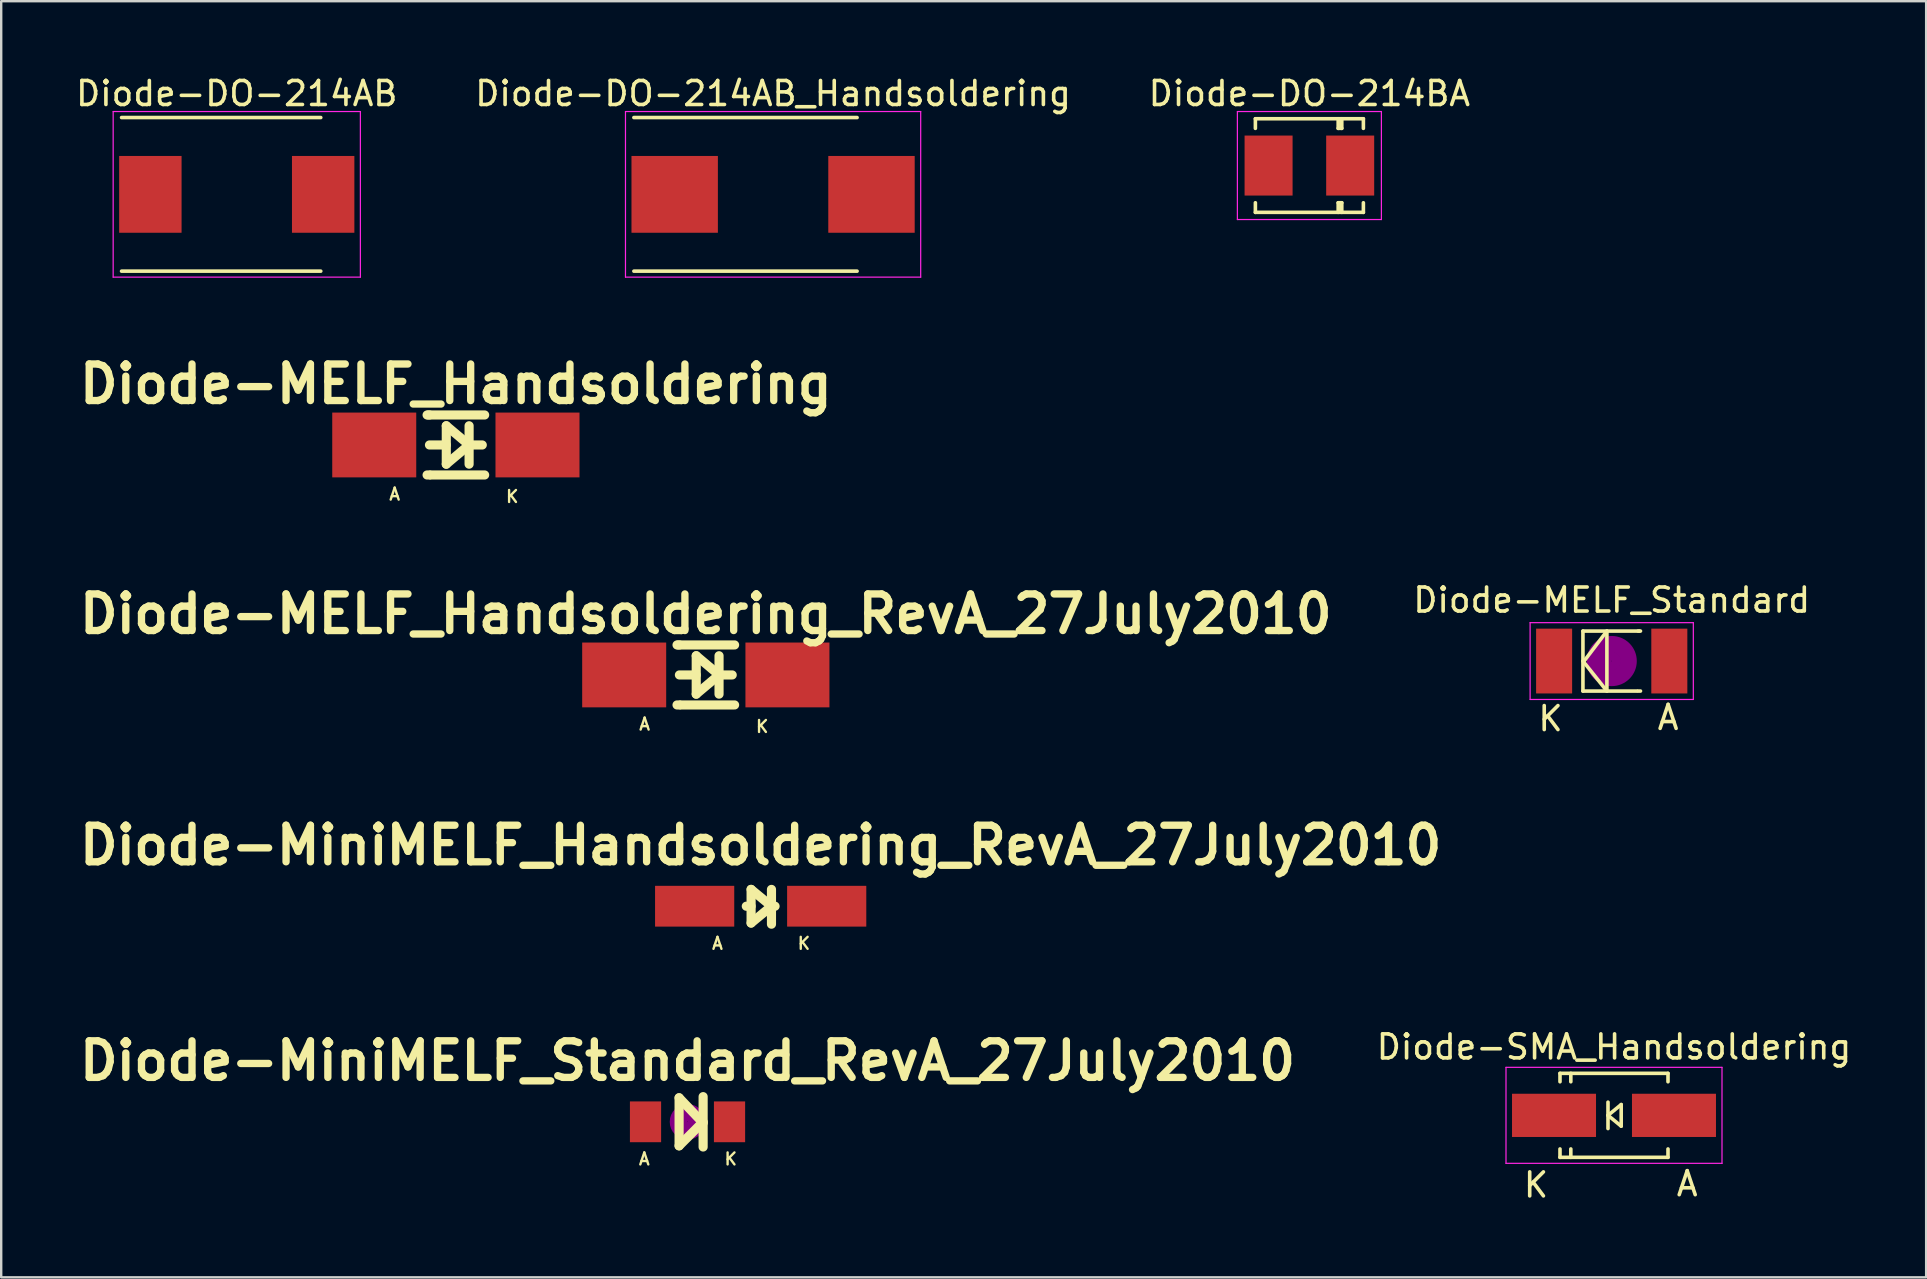
<source format=kicad_pcb>
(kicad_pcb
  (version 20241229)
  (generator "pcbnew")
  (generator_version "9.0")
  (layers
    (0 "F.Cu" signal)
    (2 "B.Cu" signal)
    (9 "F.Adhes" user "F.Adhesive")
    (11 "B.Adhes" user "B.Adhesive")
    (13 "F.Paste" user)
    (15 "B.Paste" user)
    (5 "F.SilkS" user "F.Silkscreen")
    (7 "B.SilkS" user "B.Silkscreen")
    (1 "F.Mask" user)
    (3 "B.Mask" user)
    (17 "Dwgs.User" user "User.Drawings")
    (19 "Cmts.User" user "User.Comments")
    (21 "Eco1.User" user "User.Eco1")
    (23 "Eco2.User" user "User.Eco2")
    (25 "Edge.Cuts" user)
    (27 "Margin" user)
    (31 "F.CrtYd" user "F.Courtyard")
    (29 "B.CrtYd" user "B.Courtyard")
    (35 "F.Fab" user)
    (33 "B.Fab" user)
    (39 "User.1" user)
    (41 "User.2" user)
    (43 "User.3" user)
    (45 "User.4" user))
  (footprint "Diode-DO-214AB"
    (layer "F.Cu")
    (at 6.815 5.048)
    (property "Reference" "Diode-DO-214AB" (at 0 -4.2 0) (layer "F.SilkS") (effects (font (size 1 1) (thickness 0.15))))
    (attr through_hole)
    (fp_line (start -4.8 -3.2) (end 3.5 -3.2) (stroke (width 0.15) (type solid)) (layer "F.SilkS"))
    (fp_line (start 3.5 3.2) (end -4.8 3.2) (stroke (width 0.15) (type solid)) (layer "F.SilkS"))
    (fp_line (start -5.15 -3.45) (end 5.15 -3.45) (stroke (width 0.05) (type solid)) (layer "F.CrtYd"))
    (fp_line (start -5.15 3.45) (end -5.15 -3.45) (stroke (width 0.05) (type solid)) (layer "F.CrtYd"))
    (fp_line (start 5.15 -3.45) (end 5.15 3.45) (stroke (width 0.05) (type solid)) (layer "F.CrtYd"))
    (fp_line (start 5.15 3.45) (end -5.15 3.45) (stroke (width 0.05) (type solid)) (layer "F.CrtYd"))
    (pad "1" smd rect (at -3.6 0) (size 2.6 3.2) (layers "F.Cu" "F.Mask" "F.Paste"))
    (pad "2" smd rect (at 3.6 0) (size 2.6 3.2) (layers "F.Cu" "F.Mask" "F.Paste")))
  (footprint "Diode-MELF_Standard"
    (layer "F.Cu")
    (at 64.103 24.493)
    (property "Reference" "Diode-MELF_Standard" (at 0 -2.54 0) (layer "F.SilkS") (effects (font (size 1 1) (thickness 0.15))))
    (attr smd)
    (fp_line (start -1.199 -1.25) (end -1.199 1.25) (stroke (width 0.15) (type solid)) (layer "F.SilkS"))
    (fp_line (start -1.199 -1.25) (end 1.151 -1.25) (stroke (width 0.15) (type solid)) (layer "F.SilkS"))
    (fp_line (start -1.199 1.25) (end 1.049 1.25) (stroke (width 0.15) (type solid)) (layer "F.SilkS"))
    (fp_line (start -1.151 0) (end -0.201 -1.25) (stroke (width 0.15) (type solid)) (layer "F.SilkS"))
    (fp_line (start -0.201 -1.25) (end -0.201 1.25) (stroke (width 0.15) (type solid)) (layer "F.SilkS"))
    (fp_line (start -0.201 1.25) (end -1.199 0) (stroke (width 0.15) (type solid)) (layer "F.SilkS"))
    (fp_line (start 1.1 -1.25) (end 1.199 -1.25) (stroke (width 0.15) (type solid)) (layer "F.SilkS"))
    (fp_line (start 1.1 1.25) (end 1.199 1.25) (stroke (width 0.15) (type solid)) (layer "F.SilkS"))
    (fp_circle (center 0 0) (end -0.8 0.3) (stroke (width 0.381) (type solid)) (fill no) (layer "F.Adhes"))
    (fp_circle (center 0 0) (end 0 0.201) (stroke (width 0.381) (type solid)) (fill no) (layer "F.Adhes"))
    (fp_circle (center 0 0) (end 0 0.551) (stroke (width 0.381) (type solid)) (fill no) (layer "F.Adhes"))
    (fp_line (start -3.4 -1.6) (end 3.4 -1.6) (stroke (width 0.05) (type solid)) (layer "F.CrtYd"))
    (fp_line (start -3.4 1.6) (end -3.4 -1.6) (stroke (width 0.05) (type solid)) (layer "F.CrtYd"))
    (fp_line (start 3.4 -1.6) (end 3.4 1.6) (stroke (width 0.05) (type solid)) (layer "F.CrtYd"))
    (fp_line (start 3.4 1.6) (end -3.4 1.6) (stroke (width 0.05) (type solid)) (layer "F.CrtYd"))
    (fp_text user "A" (at 2.35 2.35 0) (layer "F.SilkS") (effects (font (size 1 1) (thickness 0.15))))
    (fp_text user "K" (at -2.55 2.4 0) (layer "F.SilkS") (effects (font (size 1 1) (thickness 0.15))))
    (pad "1" smd rect (at -2.4 0) (size 1.501 2.7) (layers "F.Cu" "F.Mask" "F.Paste"))
    (pad "2" smd rect (at 2.4 0) (size 1.501 2.7) (layers "F.Cu" "F.Mask" "F.Paste")))
  (footprint "Diode-MELF_Handsoldering"
    (layer "F.Cu")
    (at 15.944 15.49)
    (property "Reference" "Diode-MELF_Handsoldering" (at 0 -2.54 0) (layer "F.SilkS") (effects (font (size 1.524 1.524) (thickness 0.305))))
    (attr smd)
    (fp_line (start -1.1 -1.25) (end -1.199 -1.25) (stroke (width 0.381) (type solid)) (layer "F.SilkS"))
    (fp_line (start -1.1 1.25) (end -1.199 1.25) (stroke (width 0.381) (type solid)) (layer "F.SilkS"))
    (fp_line (start -0.399 -0.8) (end -0.399 0.8) (stroke (width 0.381) (type solid)) (layer "F.SilkS"))
    (fp_line (start -0.399 0) (end -1.1 0) (stroke (width 0.381) (type solid)) (layer "F.SilkS"))
    (fp_line (start -0.399 0.8) (end 0.551 0) (stroke (width 0.381) (type solid)) (layer "F.SilkS"))
    (fp_line (start 0.551 0) (end -0.399 -0.8) (stroke (width 0.381) (type solid)) (layer "F.SilkS"))
    (fp_line (start 0.551 0) (end 0.551 -0.8) (stroke (width 0.381) (type solid)) (layer "F.SilkS"))
    (fp_line (start 0.551 0) (end 0.551 0.8) (stroke (width 0.381) (type solid)) (layer "F.SilkS"))
    (fp_line (start 0.551 0) (end 1.1 0) (stroke (width 0.381) (type solid)) (layer "F.SilkS"))
    (fp_line (start 1.199 -1.25) (end -1.151 -1.25) (stroke (width 0.381) (type solid)) (layer "F.SilkS"))
    (fp_line (start 1.199 1.25) (end -1.049 1.25) (stroke (width 0.381) (type solid)) (layer "F.SilkS"))
    (fp_text user "K" (at 2.349 2.149 0) (layer "F.SilkS") (effects (font (size 0.5 0.5) (thickness 0.099))))
    (fp_text user "A" (at -2.55 2.05 0) (layer "F.SilkS") (effects (font (size 0.5 0.5) (thickness 0.099))))
    (pad "1" smd rect (at -3.401 0) (size 3.5 2.7) (layers "F.Cu" "F.Mask" "F.Paste"))
    (pad "2" smd rect (at 3.401 0) (size 3.5 2.7) (layers "F.Cu" "F.Mask" "F.Paste")))
  (footprint "Diode-DO-214BA"
    (layer "F.Cu")
    (at 51.506 3.848)
    (property "Reference" "Diode-DO-214BA" (at 0 -3 0) (layer "F.SilkS") (effects (font (size 1 1) (thickness 0.15))))
    (attr through_hole)
    (fp_line (start -2.25 -1.95) (end -2.25 -1.55) (stroke (width 0.15) (type solid)) (layer "F.SilkS"))
    (fp_line (start -2.25 -1.95) (end 2.25 -1.95) (stroke (width 0.15) (type solid)) (layer "F.SilkS"))
    (fp_line (start -2.25 1.95) (end -2.25 1.55) (stroke (width 0.15) (type solid)) (layer "F.SilkS"))
    (fp_line (start 1.2 -1.95) (end 1.2 -1.55) (stroke (width 0.15) (type solid)) (layer "F.SilkS"))
    (fp_line (start 1.2 -1.55) (end 1.35 -1.55) (stroke (width 0.15) (type solid)) (layer "F.SilkS"))
    (fp_line (start 1.2 1.55) (end 1.35 1.55) (stroke (width 0.15) (type solid)) (layer "F.SilkS"))
    (fp_line (start 1.2 1.95) (end 1.2 1.55) (stroke (width 0.15) (type solid)) (layer "F.SilkS"))
    (fp_line (start 1.35 -1.55) (end 1.35 -1.95) (stroke (width 0.15) (type solid)) (layer "F.SilkS"))
    (fp_line (start 1.35 1.55) (end 1.35 1.95) (stroke (width 0.15) (type solid)) (layer "F.SilkS"))
    (fp_line (start 2.25 -1.95) (end 2.25 -1.55) (stroke (width 0.15) (type solid)) (layer "F.SilkS"))
    (fp_line (start 2.25 1.95) (end -2.25 1.95) (stroke (width 0.15) (type solid)) (layer "F.SilkS"))
    (fp_line (start 2.25 1.95) (end 2.25 1.55) (stroke (width 0.15) (type solid)) (layer "F.SilkS"))
    (fp_line (start -3 -2.25) (end 3 -2.25) (stroke (width 0.05) (type solid)) (layer "F.CrtYd"))
    (fp_line (start -3 2.25) (end -3 -2.25) (stroke (width 0.05) (type solid)) (layer "F.CrtYd"))
    (fp_line (start 3 -2.25) (end 3 2.25) (stroke (width 0.05) (type solid)) (layer "F.CrtYd"))
    (fp_line (start 3 2.25) (end -3 2.25) (stroke (width 0.05) (type solid)) (layer "F.CrtYd"))
    (pad "1" smd rect (at -1.7 0) (size 2 2.5) (layers "F.Cu" "F.Mask" "F.Paste"))
    (pad "2" smd rect (at 1.7 0) (size 2 2.5) (layers "F.Cu" "F.Mask" "F.Paste")))
  (footprint "Diode-DO-214AB_Handsoldering"
    (layer "F.Cu")
    (at 29.161 5.048)
    (property "Reference" "Diode-DO-214AB_Handsoldering" (at 0 -4.2 0) (layer "F.SilkS") (effects (font (size 1 1) (thickness 0.15))))
    (attr through_hole)
    (fp_line (start -5.8 -3.2) (end 3.5 -3.2) (stroke (width 0.15) (type solid)) (layer "F.SilkS"))
    (fp_line (start 3.5 3.2) (end -5.8 3.2) (stroke (width 0.15) (type solid)) (layer "F.SilkS"))
    (fp_line (start -6.15 -3.45) (end 6.15 -3.45) (stroke (width 0.05) (type solid)) (layer "F.CrtYd"))
    (fp_line (start -6.15 3.45) (end -6.15 -3.45) (stroke (width 0.05) (type solid)) (layer "F.CrtYd"))
    (fp_line (start 6.15 -3.45) (end 6.15 3.45) (stroke (width 0.05) (type solid)) (layer "F.CrtYd"))
    (fp_line (start 6.15 3.45) (end -6.15 3.45) (stroke (width 0.05) (type solid)) (layer "F.CrtYd"))
    (pad "1" smd rect (at -4.1 0) (size 3.6 3.2) (layers "F.Cu" "F.Mask" "F.Paste"))
    (pad "2" smd rect (at 4.1 0) (size 3.6 3.2) (layers "F.Cu" "F.Mask" "F.Paste")))
  (footprint "Diode-MiniMELF_Handsoldering_RevA_27July2010"
    (layer "F.Cu")
    (at 28.644 34.708)
    (property "Reference" "Diode-MiniMELF_Handsoldering_RevA_27July2010" (at 0 -2.54 0) (layer "F.SilkS") (effects (font (size 1.524 1.524) (thickness 0.305))))
    (attr smd)
    (fp_line (start -0.399 -0.701) (end -0.399 0.701) (stroke (width 0.381) (type solid)) (layer "F.SilkS"))
    (fp_line (start -0.399 0) (end -0.599 0) (stroke (width 0.381) (type solid)) (layer "F.SilkS"))
    (fp_line (start -0.399 0.701) (end 0.45 0) (stroke (width 0.381) (type solid)) (layer "F.SilkS"))
    (fp_line (start 0.45 0) (end -0.399 -0.701) (stroke (width 0.381) (type solid)) (layer "F.SilkS"))
    (fp_line (start 0.45 0) (end 0.45 -0.701) (stroke (width 0.381) (type solid)) (layer "F.SilkS"))
    (fp_line (start 0.45 0) (end 0.45 0.749) (stroke (width 0.381) (type solid)) (layer "F.SilkS"))
    (fp_line (start 0.45 0) (end 0.599 0) (stroke (width 0.381) (type solid)) (layer "F.SilkS"))
    (fp_text user "A" (at -1.801 1.549 0) (layer "F.SilkS") (effects (font (size 0.5 0.5) (thickness 0.099))))
    (fp_text user "K" (at 1.801 1.549 0) (layer "F.SilkS") (effects (font (size 0.5 0.5) (thickness 0.099))))
    (pad "1" smd rect (at -2.751 0) (size 3.299 1.699) (layers "F.Cu" "F.Mask" "F.Paste"))
    (pad "2" smd rect (at 2.751 0) (size 3.299 1.699) (layers "F.Cu" "F.Mask" "F.Paste")))
  (footprint "Diode-MiniMELF_Standard_RevA_27July2010"
    (layer "F.Cu")
    (at 25.596 43.691)
    (property "Reference" "Diode-MiniMELF_Standard_RevA_27July2010" (at 0 -2.54 0) (layer "F.SilkS") (effects (font (size 1.524 1.524) (thickness 0.305))))
    (attr smd)
    (fp_line (start -0.351 -1.001) (end -0.351 1.001) (stroke (width 0.381) (type solid)) (layer "F.SilkS"))
    (fp_line (start -0.351 1.001) (end 0.65 0) (stroke (width 0.381) (type solid)) (layer "F.SilkS"))
    (fp_line (start 0.65 -1.049) (end 0.65 1.049) (stroke (width 0.381) (type solid)) (layer "F.SilkS"))
    (fp_line (start 0.65 0.051) (end -0.351 -1.001) (stroke (width 0.381) (type solid)) (layer "F.SilkS"))
    (fp_circle (center 0 0) (end 0 0.201) (stroke (width 0.381) (type solid)) (fill no) (layer "F.Adhes"))
    (fp_circle (center 0 0) (end 0 0.551) (stroke (width 0.381) (type solid)) (fill no) (layer "F.Adhes"))
    (fp_text user "K" (at 1.801 1.549 0) (layer "F.SilkS") (effects (font (size 0.5 0.5) (thickness 0.099))))
    (fp_text user "A" (at -1.801 1.549 0) (layer "F.SilkS") (effects (font (size 0.5 0.5) (thickness 0.099))))
    (pad "1" smd rect (at -1.75 0) (size 1.3 1.699) (layers "F.Cu" "F.Mask" "F.Paste"))
    (pad "2" smd rect (at 1.75 0) (size 1.3 1.699) (layers "F.Cu" "F.Mask" "F.Paste")))
  (footprint "Diode-SMA_Handsoldering"
    (layer "F.Cu")
    (at 64.198 43.422)
    (property "Reference" "Diode-SMA_Handsoldering" (at 0 -2.85 0) (layer "F.SilkS") (effects (font (size 1 1) (thickness 0.15))))
    (attr smd)
    (fp_line (start -2.25 -1.75) (end -2.25 -1.4) (stroke (width 0.15) (type solid)) (layer "F.SilkS"))
    (fp_line (start -2.25 -1.75) (end 2.25 -1.75) (stroke (width 0.15) (type solid)) (layer "F.SilkS"))
    (fp_line (start -2.25 1.75) (end -2.25 1.4) (stroke (width 0.15) (type solid)) (layer "F.SilkS"))
    (fp_line (start -2.25 1.75) (end 2.25 1.75) (stroke (width 0.15) (type solid)) (layer "F.SilkS"))
    (fp_line (start -1.799 -1.75) (end -1.799 -1.4) (stroke (width 0.15) (type solid)) (layer "F.SilkS"))
    (fp_line (start -1.799 1.75) (end -1.799 1.4) (stroke (width 0.15) (type solid)) (layer "F.SilkS"))
    (fp_line (start -0.25 -0.55) (end -0.25 0.55) (stroke (width 0.15) (type solid)) (layer "F.SilkS"))
    (fp_line (start -0.25 0) (end 0.3 -0.45) (stroke (width 0.15) (type solid)) (layer "F.SilkS"))
    (fp_line (start 0.3 -0.45) (end 0.3 0.45) (stroke (width 0.15) (type solid)) (layer "F.SilkS"))
    (fp_line (start 0.3 0.45) (end -0.25 0) (stroke (width 0.15) (type solid)) (layer "F.SilkS"))
    (fp_line (start 2.25 -1.75) (end 2.25 -1.4) (stroke (width 0.15) (type solid)) (layer "F.SilkS"))
    (fp_line (start 2.25 1.75) (end 2.25 1.4) (stroke (width 0.15) (type solid)) (layer "F.SilkS"))
    (fp_line (start -4.5 -2) (end 4.5 -2) (stroke (width 0.05) (type solid)) (layer "F.CrtYd"))
    (fp_line (start -4.5 2) (end -4.5 -2) (stroke (width 0.05) (type solid)) (layer "F.CrtYd"))
    (fp_line (start 4.5 -2) (end 4.5 2) (stroke (width 0.05) (type solid)) (layer "F.CrtYd"))
    (fp_line (start 4.5 2) (end -4.5 2) (stroke (width 0.05) (type solid)) (layer "F.CrtYd"))
    (fp_text user "A" (at 3.05 2.85 0) (layer "F.SilkS") (effects (font (size 1 1) (thickness 0.15))))
    (fp_text user "K" (at -3.25 2.9 0) (layer "F.SilkS") (effects (font (size 1 1) (thickness 0.15))))
    (pad "1" smd rect (at -2.499 0) (size 3.5 1.801) (layers "F.Cu" "F.Mask" "F.Paste"))
    (pad "2" smd rect (at 2.499 0) (size 3.5 1.801) (layers "F.Cu" "F.Mask" "F.Paste")))
  (footprint "Diode-MELF_Handsoldering_RevA_27July2010"
    (layer "F.Cu")
    (at 26.358 25.072)
    (property "Reference" "Diode-MELF_Handsoldering_RevA_27July2010" (at 0 -2.54 0) (layer "F.SilkS") (effects (font (size 1.524 1.524) (thickness 0.305))))
    (attr smd)
    (fp_line (start -1.1 -1.25) (end -1.199 -1.25) (stroke (width 0.381) (type solid)) (layer "F.SilkS"))
    (fp_line (start -1.1 1.25) (end -1.199 1.25) (stroke (width 0.381) (type solid)) (layer "F.SilkS"))
    (fp_line (start -0.399 -0.8) (end -0.399 0.8) (stroke (width 0.381) (type solid)) (layer "F.SilkS"))
    (fp_line (start -0.399 0) (end -1.1 0) (stroke (width 0.381) (type solid)) (layer "F.SilkS"))
    (fp_line (start -0.399 0.8) (end 0.551 0) (stroke (width 0.381) (type solid)) (layer "F.SilkS"))
    (fp_line (start 0.551 0) (end -0.399 -0.8) (stroke (width 0.381) (type solid)) (layer "F.SilkS"))
    (fp_line (start 0.551 0) (end 0.551 -0.8) (stroke (width 0.381) (type solid)) (layer "F.SilkS"))
    (fp_line (start 0.551 0) (end 0.551 0.8) (stroke (width 0.381) (type solid)) (layer "F.SilkS"))
    (fp_line (start 0.551 0) (end 1.1 0) (stroke (width 0.381) (type solid)) (layer "F.SilkS"))
    (fp_line (start 1.199 -1.25) (end -1.151 -1.25) (stroke (width 0.381) (type solid)) (layer "F.SilkS"))
    (fp_line (start 1.199 1.25) (end -1.049 1.25) (stroke (width 0.381) (type solid)) (layer "F.SilkS"))
    (fp_text user "K" (at 2.349 2.149 0) (layer "F.SilkS") (effects (font (size 0.5 0.5) (thickness 0.099))))
    (fp_text user "A" (at -2.55 2.05 0) (layer "F.SilkS") (effects (font (size 0.5 0.5) (thickness 0.099))))
    (pad "1" smd rect (at -3.401 0) (size 3.5 2.7) (layers "F.Cu" "F.Mask" "F.Paste"))
    (pad "2" smd rect (at 3.401 0) (size 3.5 2.7) (layers "F.Cu" "F.Mask" "F.Paste")))
  (gr_rect
    (start -3 -3)
    (end 77.204 50.171)
    (stroke (width 0.1) (type default))
    (fill no)
    (layer "Edge.Cuts")))
</source>
